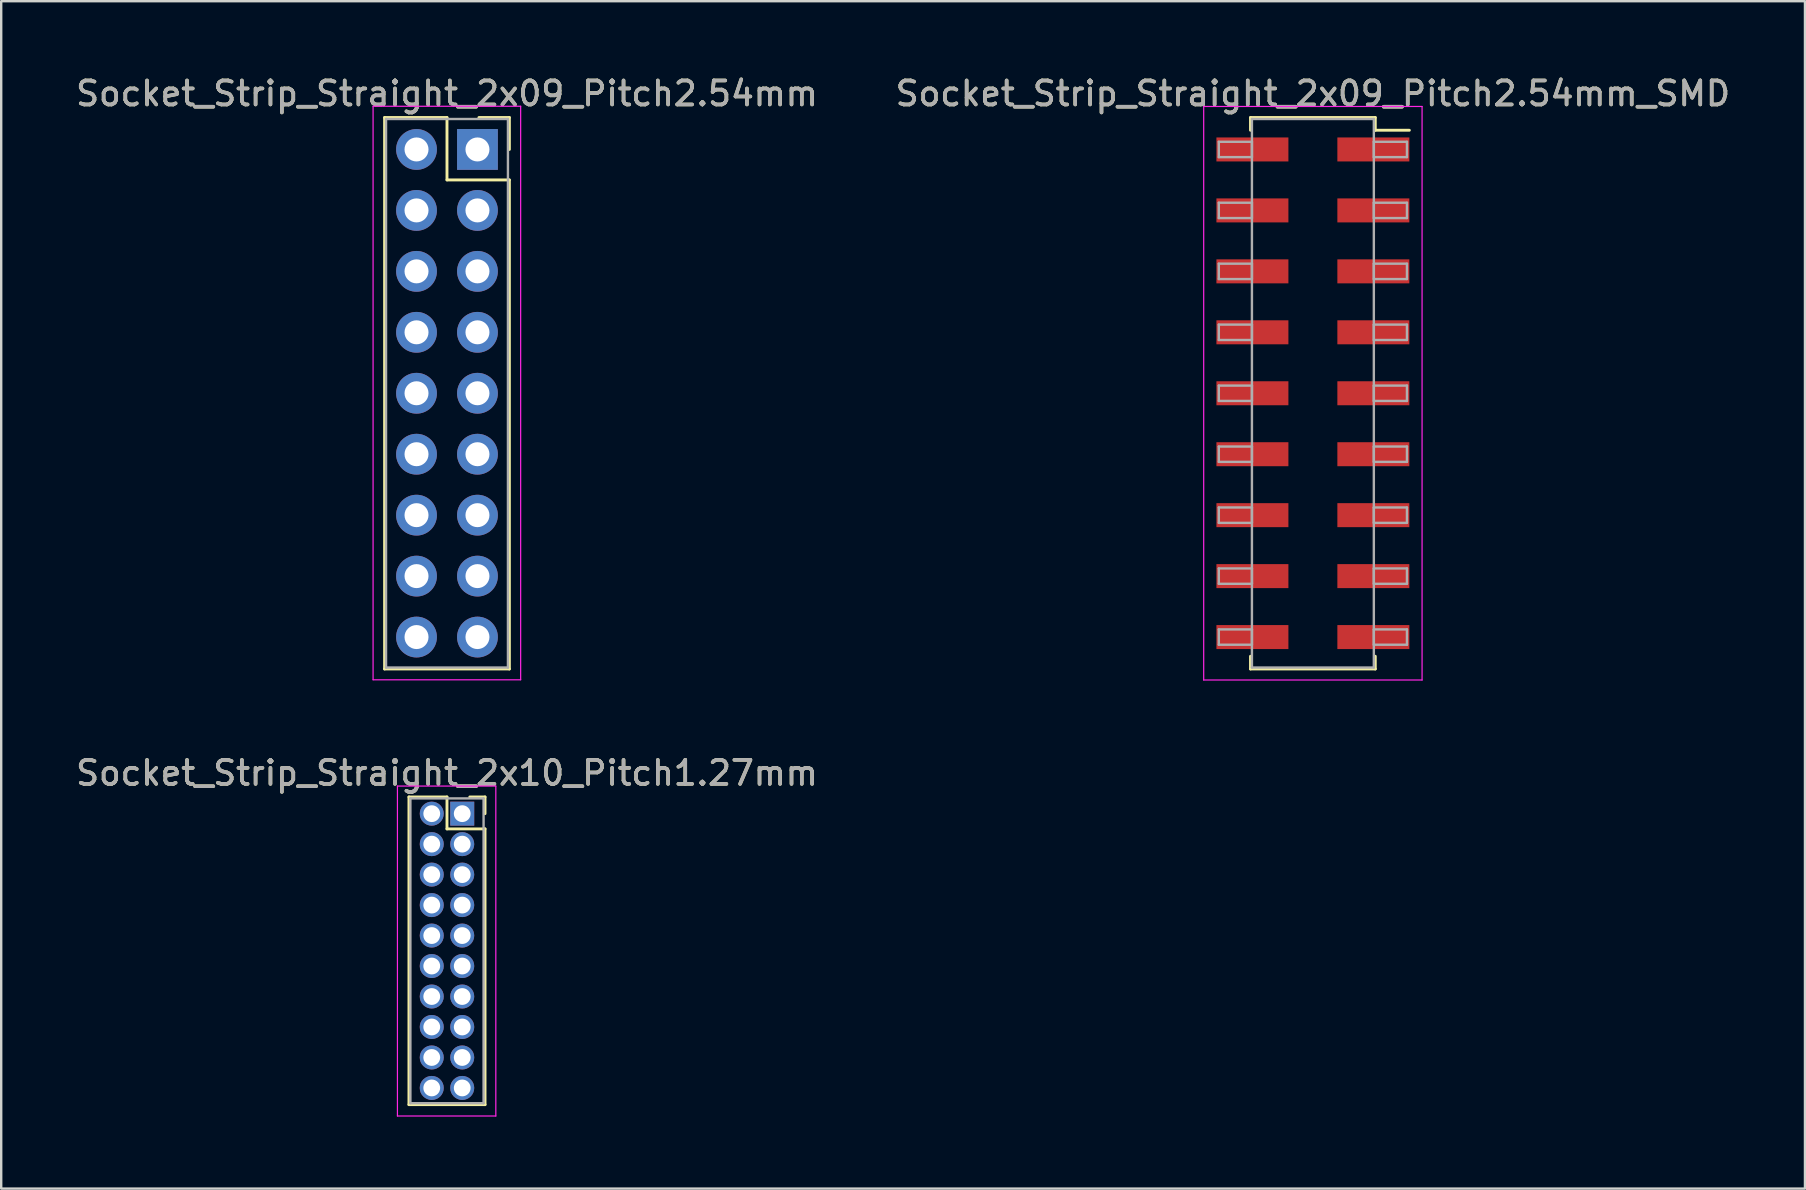
<source format=kicad_pcb>
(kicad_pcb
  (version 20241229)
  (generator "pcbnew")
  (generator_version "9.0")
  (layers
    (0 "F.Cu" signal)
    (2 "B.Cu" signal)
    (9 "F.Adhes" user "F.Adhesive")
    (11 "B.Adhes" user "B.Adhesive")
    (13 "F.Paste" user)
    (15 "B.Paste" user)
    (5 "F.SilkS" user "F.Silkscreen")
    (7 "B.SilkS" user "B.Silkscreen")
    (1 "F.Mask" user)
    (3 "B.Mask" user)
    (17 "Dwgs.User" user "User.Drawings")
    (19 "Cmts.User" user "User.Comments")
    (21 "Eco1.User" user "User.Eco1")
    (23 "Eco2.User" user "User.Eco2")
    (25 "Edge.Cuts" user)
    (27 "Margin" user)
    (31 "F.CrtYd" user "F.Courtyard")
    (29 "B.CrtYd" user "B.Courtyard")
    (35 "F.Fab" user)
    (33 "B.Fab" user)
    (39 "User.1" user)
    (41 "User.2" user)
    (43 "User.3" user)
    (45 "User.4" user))
  (footprint "Socket_Strip_Straight_2x10_Pitch1.27mm"
    (layer "F.Cu")
    (at 16.212 30.857)
    (property "Reference" "Socket_Strip_Straight_2x10_Pitch1.27mm" (at -0.635 -1.695 0) (layer "F.SilkS") (effects (font (size 1 1) (thickness 0.15))))
    (attr through_hole)
    (fp_line (start -2.22 -0.695) (end -0.635 -0.695) (stroke (width 0.12) (type solid)) (layer "F.SilkS"))
    (fp_line (start -2.22 12.125) (end -2.22 -0.695) (stroke (width 0.12) (type solid)) (layer "F.SilkS"))
    (fp_line (start -0.635 -0.695) (end -0.635 0.635) (stroke (width 0.12) (type solid)) (layer "F.SilkS"))
    (fp_line (start -0.635 0.635) (end 0.95 0.635) (stroke (width 0.12) (type solid)) (layer "F.SilkS"))
    (fp_line (start 0.95 -0.695) (end 0.315 -0.695) (stroke (width 0.12) (type solid)) (layer "F.SilkS"))
    (fp_line (start 0.95 0) (end 0.95 -0.695) (stroke (width 0.12) (type solid)) (layer "F.SilkS"))
    (fp_line (start 0.95 0.635) (end 0.95 12.125) (stroke (width 0.12) (type solid)) (layer "F.SilkS"))
    (fp_line (start 0.95 12.125) (end -2.22 12.125) (stroke (width 0.12) (type solid)) (layer "F.SilkS"))
    (fp_line (start -2.7 -1.15) (end -2.7 12.6) (stroke (width 0.05) (type solid)) (layer "F.CrtYd"))
    (fp_line (start -2.7 12.6) (end 1.4 12.6) (stroke (width 0.05) (type solid)) (layer "F.CrtYd"))
    (fp_line (start 1.4 -1.15) (end -2.7 -1.15) (stroke (width 0.05) (type solid)) (layer "F.CrtYd"))
    (fp_line (start 1.4 12.6) (end 1.4 -1.15) (stroke (width 0.05) (type solid)) (layer "F.CrtYd"))
    (fp_line (start -2.16 -0.635) (end -2.16 12.065) (stroke (width 0.1) (type solid)) (layer "F.Fab"))
    (fp_line (start -2.16 12.065) (end 0.89 12.065) (stroke (width 0.1) (type solid)) (layer "F.Fab"))
    (fp_line (start 0.89 -0.635) (end -2.16 -0.635) (stroke (width 0.1) (type solid)) (layer "F.Fab"))
    (fp_line (start 0.89 12.065) (end 0.89 -0.635) (stroke (width 0.1) (type solid)) (layer "F.Fab"))
    (fp_text user "${REFERENCE}" (at -0.635 -1.695 0) (layer "F.Fab") (effects (font (size 1 1) (thickness 0.15))))
    (pad "1" thru_hole rect (at 0 0) (size 1 1) (drill 0.7) (layers "*.Cu" "*.Mask"))
    (pad "2" thru_hole oval (at -1.27 0) (size 1 1) (drill 0.7) (layers "*.Cu" "*.Mask"))
    (pad "3" thru_hole oval (at 0 1.27) (size 1 1) (drill 0.7) (layers "*.Cu" "*.Mask"))
    (pad "4" thru_hole oval (at -1.27 1.27) (size 1 1) (drill 0.7) (layers "*.Cu" "*.Mask"))
    (pad "5" thru_hole oval (at 0 2.54) (size 1 1) (drill 0.7) (layers "*.Cu" "*.Mask"))
    (pad "6" thru_hole oval (at -1.27 2.54) (size 1 1) (drill 0.7) (layers "*.Cu" "*.Mask"))
    (pad "7" thru_hole oval (at 0 3.81) (size 1 1) (drill 0.7) (layers "*.Cu" "*.Mask"))
    (pad "8" thru_hole oval (at -1.27 3.81) (size 1 1) (drill 0.7) (layers "*.Cu" "*.Mask"))
    (pad "9" thru_hole oval (at 0 5.08) (size 1 1) (drill 0.7) (layers "*.Cu" "*.Mask"))
    (pad "10" thru_hole oval (at -1.27 5.08) (size 1 1) (drill 0.7) (layers "*.Cu" "*.Mask"))
    (pad "11" thru_hole oval (at 0 6.35) (size 1 1) (drill 0.7) (layers "*.Cu" "*.Mask"))
    (pad "12" thru_hole oval (at -1.27 6.35) (size 1 1) (drill 0.7) (layers "*.Cu" "*.Mask"))
    (pad "13" thru_hole oval (at 0 7.62) (size 1 1) (drill 0.7) (layers "*.Cu" "*.Mask"))
    (pad "14" thru_hole oval (at -1.27 7.62) (size 1 1) (drill 0.7) (layers "*.Cu" "*.Mask"))
    (pad "15" thru_hole oval (at 0 8.89) (size 1 1) (drill 0.7) (layers "*.Cu" "*.Mask"))
    (pad "16" thru_hole oval (at -1.27 8.89) (size 1 1) (drill 0.7) (layers "*.Cu" "*.Mask"))
    (pad "17" thru_hole oval (at 0 10.16) (size 1 1) (drill 0.7) (layers "*.Cu" "*.Mask"))
    (pad "18" thru_hole oval (at -1.27 10.16) (size 1 1) (drill 0.7) (layers "*.Cu" "*.Mask"))
    (pad "19" thru_hole oval (at 0 11.43) (size 1 1) (drill 0.7) (layers "*.Cu" "*.Mask"))
    (pad "20" thru_hole oval (at -1.27 11.43) (size 1 1) (drill 0.7) (layers "*.Cu" "*.Mask")))
  (footprint "Socket_Strip_Straight_2x09_Pitch2.54mm_SMD"
    (layer "F.Cu")
    (at 51.661 13.338)
    (property "Reference" "Socket_Strip_Straight_2x09_Pitch2.54mm_SMD" (at 0 -12.49 0) (layer "F.SilkS") (effects (font (size 1 1) (thickness 0.15))))
    (attr smd)
    (fp_line (start -2.6 -11.49) (end 2.6 -11.49) (stroke (width 0.12) (type solid)) (layer "F.SilkS"))
    (fp_line (start -2.6 -10.96) (end -2.6 -11.49) (stroke (width 0.12) (type solid)) (layer "F.SilkS"))
    (fp_line (start -2.6 10.96) (end -2.6 11.49) (stroke (width 0.12) (type solid)) (layer "F.SilkS"))
    (fp_line (start -2.6 11.49) (end 2.6 11.49) (stroke (width 0.12) (type solid)) (layer "F.SilkS"))
    (fp_line (start 2.6 -11.49) (end 2.6 -10.96) (stroke (width 0.12) (type solid)) (layer "F.SilkS"))
    (fp_line (start 2.6 11.49) (end 2.6 10.96) (stroke (width 0.12) (type solid)) (layer "F.SilkS"))
    (fp_line (start 4.02 -10.96) (end 2.6 -10.96) (stroke (width 0.12) (type solid)) (layer "F.SilkS"))
    (fp_line (start -4.55 -11.95) (end -4.55 11.95) (stroke (width 0.05) (type solid)) (layer "F.CrtYd"))
    (fp_line (start -4.55 11.95) (end 4.55 11.95) (stroke (width 0.05) (type solid)) (layer "F.CrtYd"))
    (fp_line (start 4.55 -11.95) (end -4.55 -11.95) (stroke (width 0.05) (type solid)) (layer "F.CrtYd"))
    (fp_line (start 4.55 11.95) (end 4.55 -11.95) (stroke (width 0.05) (type solid)) (layer "F.CrtYd"))
    (fp_line (start -3.92 -10.48) (end -2.54 -10.48) (stroke (width 0.1) (type solid)) (layer "F.Fab"))
    (fp_line (start -3.92 -9.84) (end -3.92 -10.48) (stroke (width 0.1) (type solid)) (layer "F.Fab"))
    (fp_line (start -3.92 -7.94) (end -2.54 -7.94) (stroke (width 0.1) (type solid)) (layer "F.Fab"))
    (fp_line (start -3.92 -7.3) (end -3.92 -7.94) (stroke (width 0.1) (type solid)) (layer "F.Fab"))
    (fp_line (start -3.92 -5.4) (end -2.54 -5.4) (stroke (width 0.1) (type solid)) (layer "F.Fab"))
    (fp_line (start -3.92 -4.76) (end -3.92 -5.4) (stroke (width 0.1) (type solid)) (layer "F.Fab"))
    (fp_line (start -3.92 -2.86) (end -2.54 -2.86) (stroke (width 0.1) (type solid)) (layer "F.Fab"))
    (fp_line (start -3.92 -2.22) (end -3.92 -2.86) (stroke (width 0.1) (type solid)) (layer "F.Fab"))
    (fp_line (start -3.92 -0.32) (end -2.54 -0.32) (stroke (width 0.1) (type solid)) (layer "F.Fab"))
    (fp_line (start -3.92 0.32) (end -3.92 -0.32) (stroke (width 0.1) (type solid)) (layer "F.Fab"))
    (fp_line (start -3.92 2.22) (end -2.54 2.22) (stroke (width 0.1) (type solid)) (layer "F.Fab"))
    (fp_line (start -3.92 2.86) (end -3.92 2.22) (stroke (width 0.1) (type solid)) (layer "F.Fab"))
    (fp_line (start -3.92 4.76) (end -2.54 4.76) (stroke (width 0.1) (type solid)) (layer "F.Fab"))
    (fp_line (start -3.92 5.4) (end -3.92 4.76) (stroke (width 0.1) (type solid)) (layer "F.Fab"))
    (fp_line (start -3.92 7.3) (end -2.54 7.3) (stroke (width 0.1) (type solid)) (layer "F.Fab"))
    (fp_line (start -3.92 7.94) (end -3.92 7.3) (stroke (width 0.1) (type solid)) (layer "F.Fab"))
    (fp_line (start -3.92 9.84) (end -2.54 9.84) (stroke (width 0.1) (type solid)) (layer "F.Fab"))
    (fp_line (start -3.92 10.48) (end -3.92 9.84) (stroke (width 0.1) (type solid)) (layer "F.Fab"))
    (fp_line (start -2.54 -11.43) (end -2.54 11.43) (stroke (width 0.1) (type solid)) (layer "F.Fab"))
    (fp_line (start -2.54 -10.48) (end -2.54 -9.84) (stroke (width 0.1) (type solid)) (layer "F.Fab"))
    (fp_line (start -2.54 -9.84) (end -3.92 -9.84) (stroke (width 0.1) (type solid)) (layer "F.Fab"))
    (fp_line (start -2.54 -7.94) (end -2.54 -7.3) (stroke (width 0.1) (type solid)) (layer "F.Fab"))
    (fp_line (start -2.54 -7.3) (end -3.92 -7.3) (stroke (width 0.1) (type solid)) (layer "F.Fab"))
    (fp_line (start -2.54 -5.4) (end -2.54 -4.76) (stroke (width 0.1) (type solid)) (layer "F.Fab"))
    (fp_line (start -2.54 -4.76) (end -3.92 -4.76) (stroke (width 0.1) (type solid)) (layer "F.Fab"))
    (fp_line (start -2.54 -2.86) (end -2.54 -2.22) (stroke (width 0.1) (type solid)) (layer "F.Fab"))
    (fp_line (start -2.54 -2.22) (end -3.92 -2.22) (stroke (width 0.1) (type solid)) (layer "F.Fab"))
    (fp_line (start -2.54 -0.32) (end -2.54 0.32) (stroke (width 0.1) (type solid)) (layer "F.Fab"))
    (fp_line (start -2.54 0.32) (end -3.92 0.32) (stroke (width 0.1) (type solid)) (layer "F.Fab"))
    (fp_line (start -2.54 2.22) (end -2.54 2.86) (stroke (width 0.1) (type solid)) (layer "F.Fab"))
    (fp_line (start -2.54 2.86) (end -3.92 2.86) (stroke (width 0.1) (type solid)) (layer "F.Fab"))
    (fp_line (start -2.54 4.76) (end -2.54 5.4) (stroke (width 0.1) (type solid)) (layer "F.Fab"))
    (fp_line (start -2.54 5.4) (end -3.92 5.4) (stroke (width 0.1) (type solid)) (layer "F.Fab"))
    (fp_line (start -2.54 7.3) (end -2.54 7.94) (stroke (width 0.1) (type solid)) (layer "F.Fab"))
    (fp_line (start -2.54 7.94) (end -3.92 7.94) (stroke (width 0.1) (type solid)) (layer "F.Fab"))
    (fp_line (start -2.54 9.84) (end -2.54 10.48) (stroke (width 0.1) (type solid)) (layer "F.Fab"))
    (fp_line (start -2.54 10.48) (end -3.92 10.48) (stroke (width 0.1) (type solid)) (layer "F.Fab"))
    (fp_line (start -2.54 11.43) (end 2.54 11.43) (stroke (width 0.1) (type solid)) (layer "F.Fab"))
    (fp_line (start 2.54 -11.43) (end -2.54 -11.43) (stroke (width 0.1) (type solid)) (layer "F.Fab"))
    (fp_line (start 2.54 -10.48) (end 2.54 -9.84) (stroke (width 0.1) (type solid)) (layer "F.Fab"))
    (fp_line (start 2.54 -9.84) (end 3.92 -9.84) (stroke (width 0.1) (type solid)) (layer "F.Fab"))
    (fp_line (start 2.54 -7.94) (end 2.54 -7.3) (stroke (width 0.1) (type solid)) (layer "F.Fab"))
    (fp_line (start 2.54 -7.3) (end 3.92 -7.3) (stroke (width 0.1) (type solid)) (layer "F.Fab"))
    (fp_line (start 2.54 -5.4) (end 2.54 -4.76) (stroke (width 0.1) (type solid)) (layer "F.Fab"))
    (fp_line (start 2.54 -4.76) (end 3.92 -4.76) (stroke (width 0.1) (type solid)) (layer "F.Fab"))
    (fp_line (start 2.54 -2.86) (end 2.54 -2.22) (stroke (width 0.1) (type solid)) (layer "F.Fab"))
    (fp_line (start 2.54 -2.22) (end 3.92 -2.22) (stroke (width 0.1) (type solid)) (layer "F.Fab"))
    (fp_line (start 2.54 -0.32) (end 2.54 0.32) (stroke (width 0.1) (type solid)) (layer "F.Fab"))
    (fp_line (start 2.54 0.32) (end 3.92 0.32) (stroke (width 0.1) (type solid)) (layer "F.Fab"))
    (fp_line (start 2.54 2.22) (end 2.54 2.86) (stroke (width 0.1) (type solid)) (layer "F.Fab"))
    (fp_line (start 2.54 2.86) (end 3.92 2.86) (stroke (width 0.1) (type solid)) (layer "F.Fab"))
    (fp_line (start 2.54 4.76) (end 2.54 5.4) (stroke (width 0.1) (type solid)) (layer "F.Fab"))
    (fp_line (start 2.54 5.4) (end 3.92 5.4) (stroke (width 0.1) (type solid)) (layer "F.Fab"))
    (fp_line (start 2.54 7.3) (end 2.54 7.94) (stroke (width 0.1) (type solid)) (layer "F.Fab"))
    (fp_line (start 2.54 7.94) (end 3.92 7.94) (stroke (width 0.1) (type solid)) (layer "F.Fab"))
    (fp_line (start 2.54 9.84) (end 2.54 10.48) (stroke (width 0.1) (type solid)) (layer "F.Fab"))
    (fp_line (start 2.54 10.48) (end 3.92 10.48) (stroke (width 0.1) (type solid)) (layer "F.Fab"))
    (fp_line (start 2.54 11.43) (end 2.54 -11.43) (stroke (width 0.1) (type solid)) (layer "F.Fab"))
    (fp_line (start 3.92 -10.48) (end 2.54 -10.48) (stroke (width 0.1) (type solid)) (layer "F.Fab"))
    (fp_line (start 3.92 -9.84) (end 3.92 -10.48) (stroke (width 0.1) (type solid)) (layer "F.Fab"))
    (fp_line (start 3.92 -7.94) (end 2.54 -7.94) (stroke (width 0.1) (type solid)) (layer "F.Fab"))
    (fp_line (start 3.92 -7.3) (end 3.92 -7.94) (stroke (width 0.1) (type solid)) (layer "F.Fab"))
    (fp_line (start 3.92 -5.4) (end 2.54 -5.4) (stroke (width 0.1) (type solid)) (layer "F.Fab"))
    (fp_line (start 3.92 -4.76) (end 3.92 -5.4) (stroke (width 0.1) (type solid)) (layer "F.Fab"))
    (fp_line (start 3.92 -2.86) (end 2.54 -2.86) (stroke (width 0.1) (type solid)) (layer "F.Fab"))
    (fp_line (start 3.92 -2.22) (end 3.92 -2.86) (stroke (width 0.1) (type solid)) (layer "F.Fab"))
    (fp_line (start 3.92 -0.32) (end 2.54 -0.32) (stroke (width 0.1) (type solid)) (layer "F.Fab"))
    (fp_line (start 3.92 0.32) (end 3.92 -0.32) (stroke (width 0.1) (type solid)) (layer "F.Fab"))
    (fp_line (start 3.92 2.22) (end 2.54 2.22) (stroke (width 0.1) (type solid)) (layer "F.Fab"))
    (fp_line (start 3.92 2.86) (end 3.92 2.22) (stroke (width 0.1) (type solid)) (layer "F.Fab"))
    (fp_line (start 3.92 4.76) (end 2.54 4.76) (stroke (width 0.1) (type solid)) (layer "F.Fab"))
    (fp_line (start 3.92 5.4) (end 3.92 4.76) (stroke (width 0.1) (type solid)) (layer "F.Fab"))
    (fp_line (start 3.92 7.3) (end 2.54 7.3) (stroke (width 0.1) (type solid)) (layer "F.Fab"))
    (fp_line (start 3.92 7.94) (end 3.92 7.3) (stroke (width 0.1) (type solid)) (layer "F.Fab"))
    (fp_line (start 3.92 9.84) (end 2.54 9.84) (stroke (width 0.1) (type solid)) (layer "F.Fab"))
    (fp_line (start 3.92 10.48) (end 3.92 9.84) (stroke (width 0.1) (type solid)) (layer "F.Fab"))
    (fp_text user "${REFERENCE}" (at 0 -12.49 0) (layer "F.Fab") (effects (font (size 1 1) (thickness 0.15))))
    (pad "1" smd rect (at 2.52 -10.16) (size 3 1) (layers "F.Cu" "F.Mask" "F.Paste"))
    (pad "2" smd rect (at -2.52 -10.16) (size 3 1) (layers "F.Cu" "F.Mask" "F.Paste"))
    (pad "3" smd rect (at 2.52 -7.62) (size 3 1) (layers "F.Cu" "F.Mask" "F.Paste"))
    (pad "4" smd rect (at -2.52 -7.62) (size 3 1) (layers "F.Cu" "F.Mask" "F.Paste"))
    (pad "5" smd rect (at 2.52 -5.08) (size 3 1) (layers "F.Cu" "F.Mask" "F.Paste"))
    (pad "6" smd rect (at -2.52 -5.08) (size 3 1) (layers "F.Cu" "F.Mask" "F.Paste"))
    (pad "7" smd rect (at 2.52 -2.54) (size 3 1) (layers "F.Cu" "F.Mask" "F.Paste"))
    (pad "8" smd rect (at -2.52 -2.54) (size 3 1) (layers "F.Cu" "F.Mask" "F.Paste"))
    (pad "9" smd rect (at 2.52 0) (size 3 1) (layers "F.Cu" "F.Mask" "F.Paste"))
    (pad "10" smd rect (at -2.52 0) (size 3 1) (layers "F.Cu" "F.Mask" "F.Paste"))
    (pad "11" smd rect (at 2.52 2.54) (size 3 1) (layers "F.Cu" "F.Mask" "F.Paste"))
    (pad "12" smd rect (at -2.52 2.54) (size 3 1) (layers "F.Cu" "F.Mask" "F.Paste"))
    (pad "13" smd rect (at 2.52 5.08) (size 3 1) (layers "F.Cu" "F.Mask" "F.Paste"))
    (pad "14" smd rect (at -2.52 5.08) (size 3 1) (layers "F.Cu" "F.Mask" "F.Paste"))
    (pad "15" smd rect (at 2.52 7.62) (size 3 1) (layers "F.Cu" "F.Mask" "F.Paste"))
    (pad "16" smd rect (at -2.52 7.62) (size 3 1) (layers "F.Cu" "F.Mask" "F.Paste"))
    (pad "17" smd rect (at 2.52 10.16) (size 3 1) (layers "F.Cu" "F.Mask" "F.Paste"))
    (pad "18" smd rect (at -2.52 10.16) (size 3 1) (layers "F.Cu" "F.Mask" "F.Paste")))
  (footprint "Socket_Strip_Straight_2x09_Pitch2.54mm"
    (layer "F.Cu")
    (at 16.847 3.178)
    (property "Reference" "Socket_Strip_Straight_2x09_Pitch2.54mm" (at -1.27 -2.33 0) (layer "F.SilkS") (effects (font (size 1 1) (thickness 0.15))))
    (attr through_hole)
    (fp_line (start -3.87 -1.33) (end -1.27 -1.33) (stroke (width 0.12) (type solid)) (layer "F.SilkS"))
    (fp_line (start -3.87 21.65) (end -3.87 -1.33) (stroke (width 0.12) (type solid)) (layer "F.SilkS"))
    (fp_line (start -1.27 -1.33) (end -1.27 1.27) (stroke (width 0.12) (type solid)) (layer "F.SilkS"))
    (fp_line (start -1.27 1.27) (end 1.33 1.27) (stroke (width 0.12) (type solid)) (layer "F.SilkS"))
    (fp_line (start 1.33 -1.33) (end 0.06 -1.33) (stroke (width 0.12) (type solid)) (layer "F.SilkS"))
    (fp_line (start 1.33 0) (end 1.33 -1.33) (stroke (width 0.12) (type solid)) (layer "F.SilkS"))
    (fp_line (start 1.33 1.27) (end 1.33 21.65) (stroke (width 0.12) (type solid)) (layer "F.SilkS"))
    (fp_line (start 1.33 21.65) (end -3.87 21.65) (stroke (width 0.12) (type solid)) (layer "F.SilkS"))
    (fp_line (start -4.35 -1.8) (end -4.35 22.1) (stroke (width 0.05) (type solid)) (layer "F.CrtYd"))
    (fp_line (start -4.35 22.1) (end 1.8 22.1) (stroke (width 0.05) (type solid)) (layer "F.CrtYd"))
    (fp_line (start 1.8 -1.8) (end -4.35 -1.8) (stroke (width 0.05) (type solid)) (layer "F.CrtYd"))
    (fp_line (start 1.8 22.1) (end 1.8 -1.8) (stroke (width 0.05) (type solid)) (layer "F.CrtYd"))
    (fp_line (start -3.81 -1.27) (end -3.81 21.59) (stroke (width 0.1) (type solid)) (layer "F.Fab"))
    (fp_line (start -3.81 21.59) (end 1.27 21.59) (stroke (width 0.1) (type solid)) (layer "F.Fab"))
    (fp_line (start 1.27 -1.27) (end -3.81 -1.27) (stroke (width 0.1) (type solid)) (layer "F.Fab"))
    (fp_line (start 1.27 21.59) (end 1.27 -1.27) (stroke (width 0.1) (type solid)) (layer "F.Fab"))
    (fp_text user "${REFERENCE}" (at -1.27 -2.33 0) (layer "F.Fab") (effects (font (size 1 1) (thickness 0.15))))
    (pad "1" thru_hole rect (at 0 0) (size 1.7 1.7) (drill 1) (layers "*.Cu" "*.Mask"))
    (pad "2" thru_hole oval (at -2.54 0) (size 1.7 1.7) (drill 1) (layers "*.Cu" "*.Mask"))
    (pad "3" thru_hole oval (at 0 2.54) (size 1.7 1.7) (drill 1) (layers "*.Cu" "*.Mask"))
    (pad "4" thru_hole oval (at -2.54 2.54) (size 1.7 1.7) (drill 1) (layers "*.Cu" "*.Mask"))
    (pad "5" thru_hole oval (at 0 5.08) (size 1.7 1.7) (drill 1) (layers "*.Cu" "*.Mask"))
    (pad "6" thru_hole oval (at -2.54 5.08) (size 1.7 1.7) (drill 1) (layers "*.Cu" "*.Mask"))
    (pad "7" thru_hole oval (at 0 7.62) (size 1.7 1.7) (drill 1) (layers "*.Cu" "*.Mask"))
    (pad "8" thru_hole oval (at -2.54 7.62) (size 1.7 1.7) (drill 1) (layers "*.Cu" "*.Mask"))
    (pad "9" thru_hole oval (at 0 10.16) (size 1.7 1.7) (drill 1) (layers "*.Cu" "*.Mask"))
    (pad "10" thru_hole oval (at -2.54 10.16) (size 1.7 1.7) (drill 1) (layers "*.Cu" "*.Mask"))
    (pad "11" thru_hole oval (at 0 12.7) (size 1.7 1.7) (drill 1) (layers "*.Cu" "*.Mask"))
    (pad "12" thru_hole oval (at -2.54 12.7) (size 1.7 1.7) (drill 1) (layers "*.Cu" "*.Mask"))
    (pad "13" thru_hole oval (at 0 15.24) (size 1.7 1.7) (drill 1) (layers "*.Cu" "*.Mask"))
    (pad "14" thru_hole oval (at -2.54 15.24) (size 1.7 1.7) (drill 1) (layers "*.Cu" "*.Mask"))
    (pad "15" thru_hole oval (at 0 17.78) (size 1.7 1.7) (drill 1) (layers "*.Cu" "*.Mask"))
    (pad "16" thru_hole oval (at -2.54 17.78) (size 1.7 1.7) (drill 1) (layers "*.Cu" "*.Mask"))
    (pad "17" thru_hole oval (at 0 20.32) (size 1.7 1.7) (drill 1) (layers "*.Cu" "*.Mask"))
    (pad "18" thru_hole oval (at -2.54 20.32) (size 1.7 1.7) (drill 1) (layers "*.Cu" "*.Mask")))
  (gr_rect
    (start -3 -3)
    (end 72.167 46.481)
    (stroke (width 0.1) (type default))
    (fill no)
    (layer "Edge.Cuts")))
</source>
